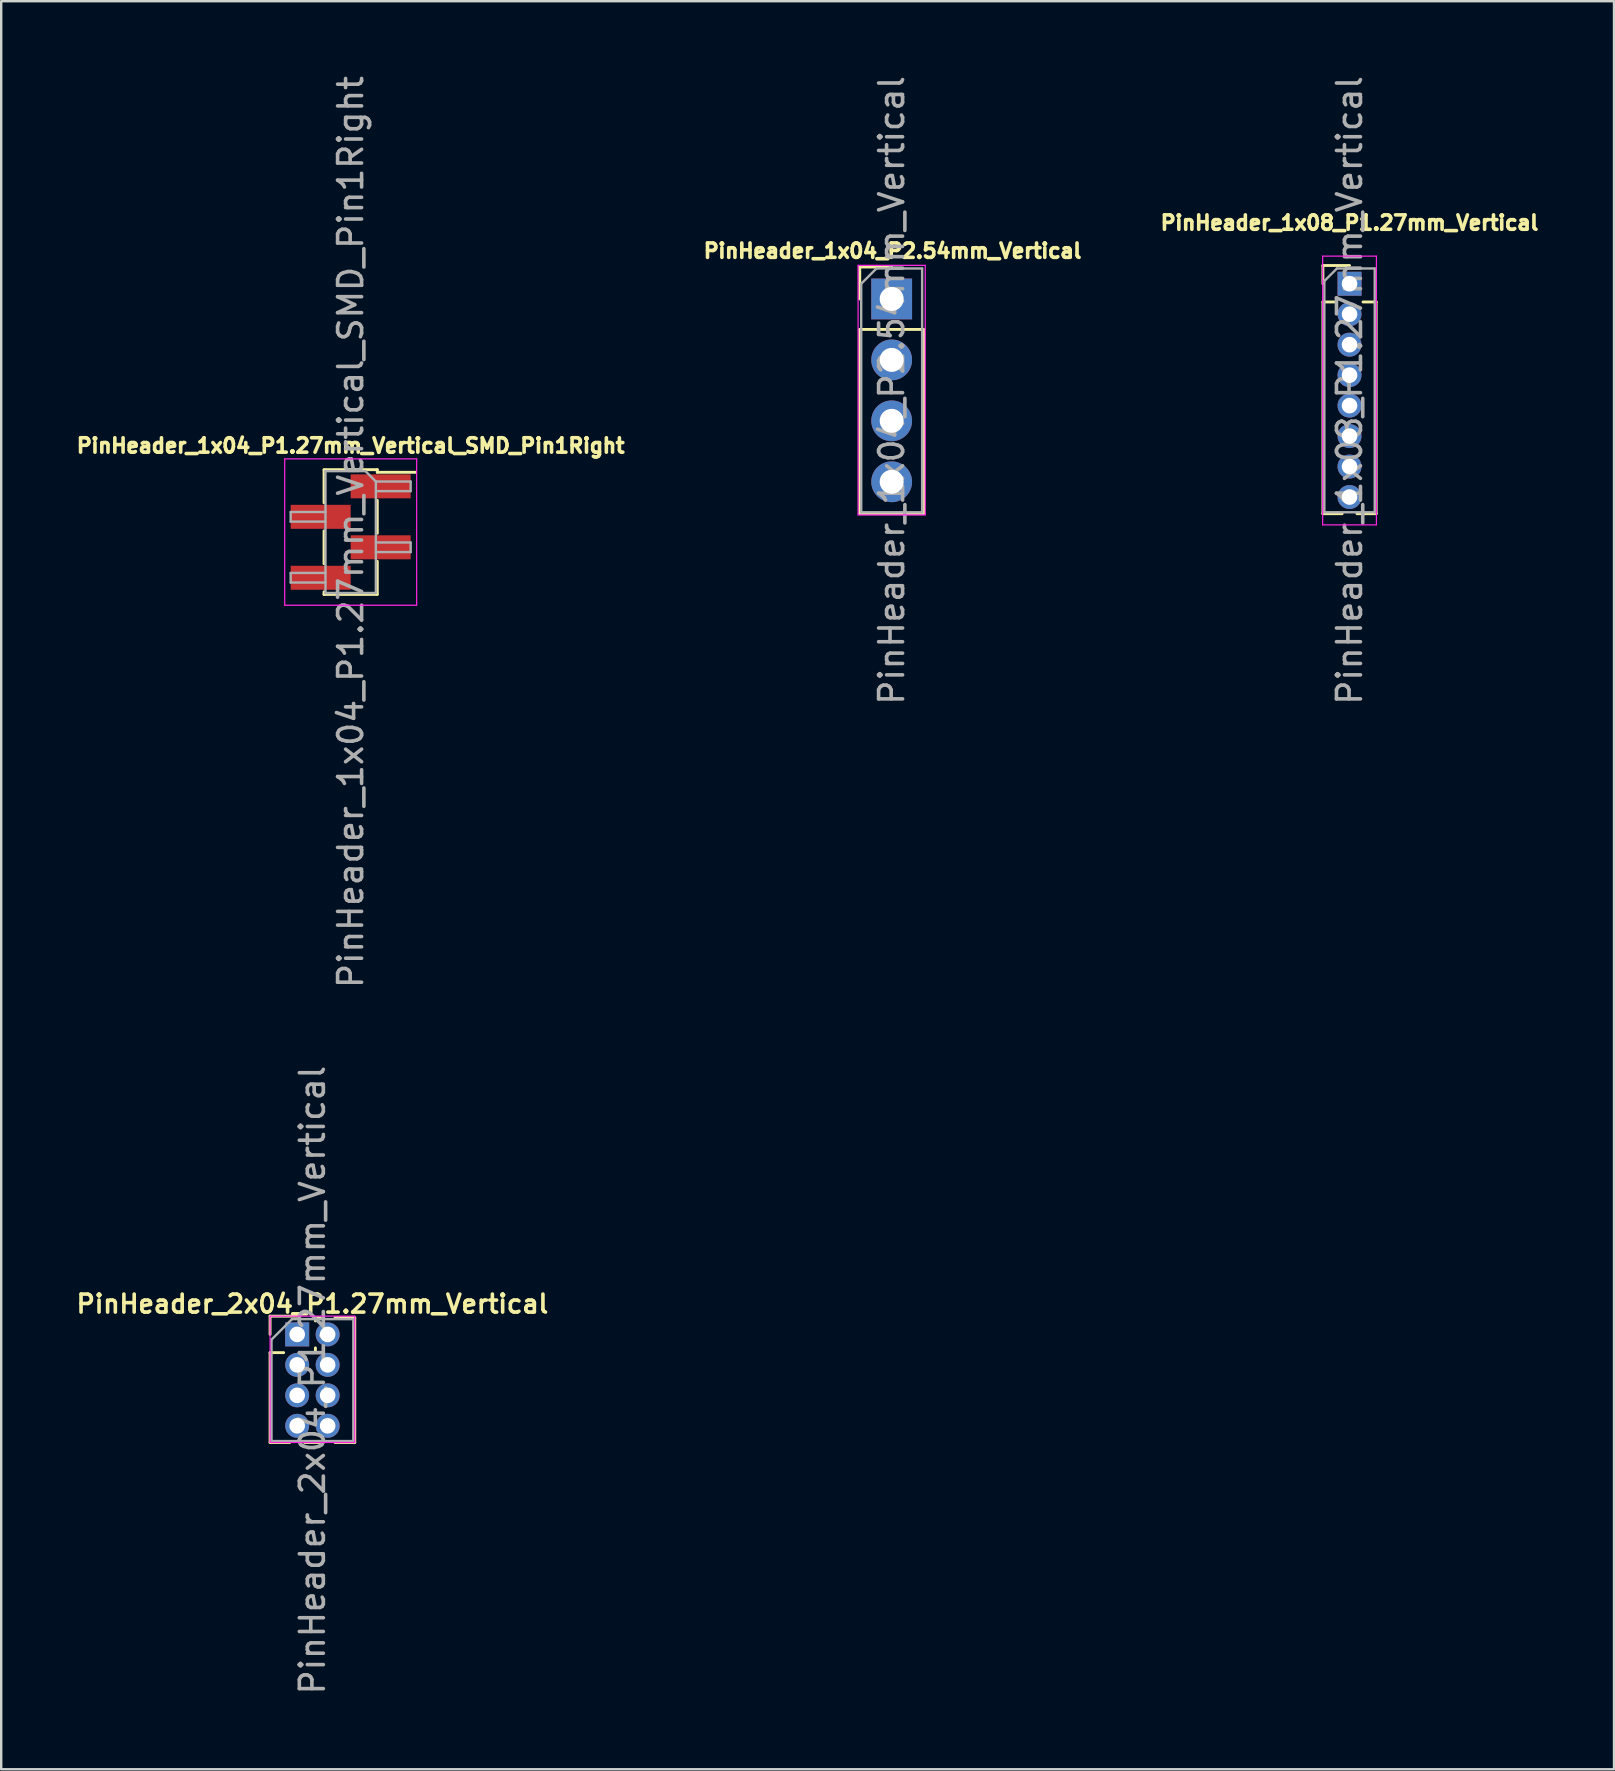
<source format=kicad_pcb>
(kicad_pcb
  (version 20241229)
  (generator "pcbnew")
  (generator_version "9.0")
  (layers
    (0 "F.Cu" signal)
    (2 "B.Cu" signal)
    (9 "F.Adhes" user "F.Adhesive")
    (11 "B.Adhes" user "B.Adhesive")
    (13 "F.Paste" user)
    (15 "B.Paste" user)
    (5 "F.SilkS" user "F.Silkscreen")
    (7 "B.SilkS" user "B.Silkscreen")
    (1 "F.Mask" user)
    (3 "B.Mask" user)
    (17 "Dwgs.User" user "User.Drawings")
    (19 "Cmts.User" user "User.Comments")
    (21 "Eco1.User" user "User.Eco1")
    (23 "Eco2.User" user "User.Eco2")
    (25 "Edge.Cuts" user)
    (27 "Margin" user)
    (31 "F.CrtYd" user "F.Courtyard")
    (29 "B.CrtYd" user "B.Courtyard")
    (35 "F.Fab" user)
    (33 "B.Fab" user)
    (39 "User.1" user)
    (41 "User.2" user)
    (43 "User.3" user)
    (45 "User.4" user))
  (footprint "PinHeader_1x04_P1.27mm_Vertical_SMD_Pin1Right"
    (layer "F.Cu")
    (at 11.565 19.125)
    (property "Reference" "PinHeader_1x04_P1.27mm_Vertical_SMD_Pin1Right" (at 0 -3.6 0) (layer "F.SilkS") (effects (font (size 0.6 0.6) (thickness 0.15))))
    (attr smd)
    (fp_line (start -1.11 -2.6) (end 1.11 -2.6) (stroke (width 0.12) (type solid)) (layer "F.SilkS"))
    (fp_line (start -1.11 -2.59) (end -1.11 -1.22) (stroke (width 0.12) (type solid)) (layer "F.SilkS"))
    (fp_line (start -1.11 -0.05) (end -1.11 1.32) (stroke (width 0.12) (type solid)) (layer "F.SilkS"))
    (fp_line (start -1.11 2.49) (end -1.11 2.6) (stroke (width 0.12) (type solid)) (layer "F.SilkS"))
    (fp_line (start -1.11 2.6) (end 1.11 2.6) (stroke (width 0.12) (type solid)) (layer "F.SilkS"))
    (fp_line (start 1.11 -2.6) (end 1.11 -2.49) (stroke (width 0.12) (type solid)) (layer "F.SilkS"))
    (fp_line (start 1.11 -2.49) (end 2.7 -2.49) (stroke (width 0.12) (type solid)) (layer "F.SilkS"))
    (fp_line (start 1.11 -1.32) (end 1.11 0.05) (stroke (width 0.12) (type solid)) (layer "F.SilkS"))
    (fp_line (start 1.11 1.22) (end 1.11 2.59) (stroke (width 0.12) (type solid)) (layer "F.SilkS"))
    (fp_line (start -2.75 -3.05) (end -2.75 3.05) (stroke (width 0.05) (type solid)) (layer "F.CrtYd"))
    (fp_line (start -2.75 3.05) (end 2.75 3.05) (stroke (width 0.05) (type solid)) (layer "F.CrtYd"))
    (fp_line (start 2.75 -3.05) (end -2.75 -3.05) (stroke (width 0.05) (type solid)) (layer "F.CrtYd"))
    (fp_line (start 2.75 3.05) (end 2.75 -3.05) (stroke (width 0.05) (type solid)) (layer "F.CrtYd"))
    (fp_line (start -2.5 -0.835) (end -2.5 -0.435) (stroke (width 0.1) (type solid)) (layer "F.Fab"))
    (fp_line (start -2.5 -0.435) (end -1.05 -0.435) (stroke (width 0.1) (type solid)) (layer "F.Fab"))
    (fp_line (start -2.5 1.705) (end -2.5 2.105) (stroke (width 0.1) (type solid)) (layer "F.Fab"))
    (fp_line (start -2.5 2.105) (end -1.05 2.105) (stroke (width 0.1) (type solid)) (layer "F.Fab"))
    (fp_line (start -1.05 -2.54) (end -1.05 2.54) (stroke (width 0.1) (type solid)) (layer "F.Fab"))
    (fp_line (start -1.05 -2.54) (end 0.615 -2.54) (stroke (width 0.1) (type solid)) (layer "F.Fab"))
    (fp_line (start -1.05 -0.835) (end -2.5 -0.835) (stroke (width 0.1) (type solid)) (layer "F.Fab"))
    (fp_line (start -1.05 1.705) (end -2.5 1.705) (stroke (width 0.1) (type solid)) (layer "F.Fab"))
    (fp_line (start 1.05 -2.105) (end 0.615 -2.54) (stroke (width 0.1) (type solid)) (layer "F.Fab"))
    (fp_line (start 1.05 -2.105) (end 2.5 -2.105) (stroke (width 0.1) (type solid)) (layer "F.Fab"))
    (fp_line (start 1.05 0.435) (end 2.5 0.435) (stroke (width 0.1) (type solid)) (layer "F.Fab"))
    (fp_line (start 1.05 2.54) (end -1.05 2.54) (stroke (width 0.1) (type solid)) (layer "F.Fab"))
    (fp_line (start 1.05 2.54) (end 1.05 -2.105) (stroke (width 0.1) (type solid)) (layer "F.Fab"))
    (fp_line (start 2.5 -2.105) (end 2.5 -1.705) (stroke (width 0.1) (type solid)) (layer "F.Fab"))
    (fp_line (start 2.5 -1.705) (end 1.05 -1.705) (stroke (width 0.1) (type solid)) (layer "F.Fab"))
    (fp_line (start 2.5 0.435) (end 2.5 0.835) (stroke (width 0.1) (type solid)) (layer "F.Fab"))
    (fp_line (start 2.5 0.835) (end 1.05 0.835) (stroke (width 0.1) (type solid)) (layer "F.Fab"))
    (fp_text user "${REFERENCE}" (at 0 0 90) (layer "F.Fab") (effects (font (size 1 1) (thickness 0.15))))
    (pad "1" smd rect (at 1.25 -1.905) (size 2.5 1) (layers "F.Cu" "F.Mask" "F.Paste"))
    (pad "2" smd rect (at -1.25 -0.635) (size 2.5 1) (layers "F.Cu" "F.Mask" "F.Paste"))
    (pad "3" smd rect (at 1.25 0.635) (size 2.5 1) (layers "F.Cu" "F.Mask" "F.Paste"))
    (pad "4" smd rect (at -1.25 1.905) (size 2.5 1) (layers "F.Cu" "F.Mask" "F.Paste")))
  (footprint "PinHeader_1x04_P2.54mm_Vertical"
    (layer "F.Cu")
    (at 34.113 9.41)
    (property "Reference" "PinHeader_1x04_P2.54mm_Vertical" (at 0.039 -2.004 0) (layer "F.SilkS") (effects (font (size 0.6 0.6) (thickness 0.15))))
    (attr through_hole)
    (fp_line (start -1.33 -1.33) (end 0 -1.33) (stroke (width 0.12) (type solid)) (layer "F.SilkS"))
    (fp_line (start -1.33 0) (end -1.33 -1.33) (stroke (width 0.12) (type solid)) (layer "F.SilkS"))
    (fp_line (start -1.33 1.27) (end -1.33 8.95) (stroke (width 0.12) (type solid)) (layer "F.SilkS"))
    (fp_line (start -1.33 1.27) (end 1.33 1.27) (stroke (width 0.12) (type solid)) (layer "F.SilkS"))
    (fp_line (start -1.33 8.95) (end 1.33 8.95) (stroke (width 0.12) (type solid)) (layer "F.SilkS"))
    (fp_line (start 1.33 1.27) (end 1.33 8.95) (stroke (width 0.12) (type solid)) (layer "F.SilkS"))
    (fp_line (start -1.4 -1.4) (end -1.4 9) (stroke (width 0.05) (type solid)) (layer "F.CrtYd"))
    (fp_line (start -1.4 9) (end 1.4 9) (stroke (width 0.05) (type solid)) (layer "F.CrtYd"))
    (fp_line (start 1.4 -1.4) (end -1.4 -1.4) (stroke (width 0.05) (type solid)) (layer "F.CrtYd"))
    (fp_line (start 1.4 9) (end 1.4 -1.4) (stroke (width 0.05) (type solid)) (layer "F.CrtYd"))
    (fp_line (start -1.27 -0.635) (end -0.635 -1.27) (stroke (width 0.1) (type solid)) (layer "F.Fab"))
    (fp_line (start -1.27 8.89) (end -1.27 -0.635) (stroke (width 0.1) (type solid)) (layer "F.Fab"))
    (fp_line (start -0.635 -1.27) (end 1.27 -1.27) (stroke (width 0.1) (type solid)) (layer "F.Fab"))
    (fp_line (start 1.27 -1.27) (end 1.27 8.89) (stroke (width 0.1) (type solid)) (layer "F.Fab"))
    (fp_line (start 1.27 8.89) (end -1.27 8.89) (stroke (width 0.1) (type solid)) (layer "F.Fab"))
    (fp_text user "${REFERENCE}" (at 0 3.81 90) (layer "F.Fab") (effects (font (size 1 1) (thickness 0.15))))
    (pad "1" thru_hole rect (at 0 0) (size 1.7 1.7) (drill 1) (layers "*.Cu" "*.Mask"))
    (pad "2" thru_hole oval (at 0 2.54) (size 1.7 1.7) (drill 1) (layers "*.Cu" "*.Mask"))
    (pad "3" thru_hole oval (at 0 5.08) (size 1.7 1.7) (drill 1) (layers "*.Cu" "*.Mask"))
    (pad "4" thru_hole oval (at 0 7.62) (size 1.7 1.7) (drill 1) (layers "*.Cu" "*.Mask")))
  (footprint "PinHeader_1x08_P1.27mm_Vertical"
    (layer "F.Cu")
    (at 53.196 8.775)
    (property "Reference" "PinHeader_1x08_P1.27mm_Vertical" (at 0 -2.54 0) (layer "F.SilkS") (effects (font (size 0.6 0.6) (thickness 0.15))))
    (attr through_hole)
    (fp_line (start -1.11 -0.76) (end 0 -0.76) (stroke (width 0.12) (type solid)) (layer "F.SilkS"))
    (fp_line (start -1.11 0) (end -1.11 -0.76) (stroke (width 0.12) (type solid)) (layer "F.SilkS"))
    (fp_line (start -1.11 0.76) (end -1.11 9.585) (stroke (width 0.12) (type solid)) (layer "F.SilkS"))
    (fp_line (start -1.11 0.76) (end -0.563 0.76) (stroke (width 0.12) (type solid)) (layer "F.SilkS"))
    (fp_line (start -1.11 9.585) (end -0.308 9.585) (stroke (width 0.12) (type solid)) (layer "F.SilkS"))
    (fp_line (start 0.308 9.585) (end 1.11 9.585) (stroke (width 0.12) (type solid)) (layer "F.SilkS"))
    (fp_line (start 0.563 0.76) (end 1.11 0.76) (stroke (width 0.12) (type solid)) (layer "F.SilkS"))
    (fp_line (start 1.11 0.76) (end 1.11 9.585) (stroke (width 0.12) (type solid)) (layer "F.SilkS"))
    (fp_line (start -1.12 -1.15) (end -1.12 10.05) (stroke (width 0.05) (type solid)) (layer "F.CrtYd"))
    (fp_line (start -1.12 10.05) (end 1.12 10.05) (stroke (width 0.05) (type solid)) (layer "F.CrtYd"))
    (fp_line (start 1.12 -1.15) (end -1.12 -1.15) (stroke (width 0.05) (type solid)) (layer "F.CrtYd"))
    (fp_line (start 1.12 10.05) (end 1.12 -1.15) (stroke (width 0.05) (type solid)) (layer "F.CrtYd"))
    (fp_line (start -1.05 -0.11) (end -0.525 -0.635) (stroke (width 0.1) (type solid)) (layer "F.Fab"))
    (fp_line (start -1.05 9.525) (end -1.05 -0.11) (stroke (width 0.1) (type solid)) (layer "F.Fab"))
    (fp_line (start -0.525 -0.635) (end 1.05 -0.635) (stroke (width 0.1) (type solid)) (layer "F.Fab"))
    (fp_line (start 1.05 -0.635) (end 1.05 9.525) (stroke (width 0.1) (type solid)) (layer "F.Fab"))
    (fp_line (start 1.05 9.525) (end -1.05 9.525) (stroke (width 0.1) (type solid)) (layer "F.Fab"))
    (fp_text user "${REFERENCE}" (at 0 4.445 90) (layer "F.Fab") (effects (font (size 1 1) (thickness 0.15))))
    (pad "1" thru_hole rect (at 0 0) (size 1 1) (drill 0.65) (layers "*.Cu" "*.Mask"))
    (pad "2" thru_hole oval (at 0 1.27) (size 1 1) (drill 0.65) (layers "*.Cu" "*.Mask"))
    (pad "3" thru_hole oval (at 0 2.54) (size 1 1) (drill 0.65) (layers "*.Cu" "*.Mask"))
    (pad "4" thru_hole oval (at 0 3.81) (size 1 1) (drill 0.65) (layers "*.Cu" "*.Mask"))
    (pad "5" thru_hole oval (at 0 5.08) (size 1 1) (drill 0.65) (layers "*.Cu" "*.Mask"))
    (pad "6" thru_hole oval (at 0 6.35) (size 1 1) (drill 0.65) (layers "*.Cu" "*.Mask"))
    (pad "7" thru_hole oval (at 0 7.62) (size 1 1) (drill 0.65) (layers "*.Cu" "*.Mask"))
    (pad "8" thru_hole oval (at 0 8.89) (size 1 1) (drill 0.65) (layers "*.Cu" "*.Mask")))
  (footprint "PinHeader_2x04_P1.27mm_Vertical"
    (layer "F.Cu")
    (at 9.336 52.565)
    (property "Reference" "PinHeader_2x04_P1.27mm_Vertical" (at 0.635 -1.27 0) (layer "F.SilkS") (effects (font (size 0.75 0.75) (thickness 0.15))))
    (attr through_hole)
    (fp_line (start -1.13 -0.76) (end 0 -0.76) (stroke (width 0.12) (type solid)) (layer "F.SilkS"))
    (fp_line (start -1.13 0) (end -1.13 -0.76) (stroke (width 0.12) (type solid)) (layer "F.SilkS"))
    (fp_line (start -1.13 0.76) (end -1.13 4.505) (stroke (width 0.12) (type solid)) (layer "F.SilkS"))
    (fp_line (start -1.13 0.76) (end -0.563 0.76) (stroke (width 0.12) (type solid)) (layer "F.SilkS"))
    (fp_line (start -1.13 4.505) (end -0.308 4.505) (stroke (width 0.12) (type solid)) (layer "F.SilkS"))
    (fp_line (start 0.308 4.505) (end 0.962 4.505) (stroke (width 0.12) (type solid)) (layer "F.SilkS"))
    (fp_line (start 0.563 0.76) (end 0.707 0.76) (stroke (width 0.12) (type solid)) (layer "F.SilkS"))
    (fp_line (start 0.76 -0.695) (end 0.962 -0.695) (stroke (width 0.12) (type solid)) (layer "F.SilkS"))
    (fp_line (start 0.76 -0.563) (end 0.76 -0.695) (stroke (width 0.12) (type solid)) (layer "F.SilkS"))
    (fp_line (start 0.76 0.707) (end 0.76 0.563) (stroke (width 0.12) (type solid)) (layer "F.SilkS"))
    (fp_line (start 1.578 -0.695) (end 2.4 -0.695) (stroke (width 0.12) (type solid)) (layer "F.SilkS"))
    (fp_line (start 1.578 4.505) (end 2.4 4.505) (stroke (width 0.12) (type solid)) (layer "F.SilkS"))
    (fp_line (start 2.4 -0.695) (end 2.4 4.505) (stroke (width 0.12) (type solid)) (layer "F.SilkS"))
    (fp_line (start -1.13 -0.76) (end -1.13 4.505) (stroke (width 0.05) (type solid)) (layer "F.CrtYd"))
    (fp_line (start -1.13 4.505) (end 2.4 4.505) (stroke (width 0.05) (type solid)) (layer "F.CrtYd"))
    (fp_line (start 2.4 -0.76) (end -1.13 -0.76) (stroke (width 0.05) (type solid)) (layer "F.CrtYd"))
    (fp_line (start 2.4 4.505) (end 2.4 -0.76) (stroke (width 0.05) (type solid)) (layer "F.CrtYd"))
    (fp_line (start -1.07 0.217) (end -0.217 -0.635) (stroke (width 0.1) (type solid)) (layer "F.Fab"))
    (fp_line (start -1.07 4.445) (end -1.07 0.217) (stroke (width 0.1) (type solid)) (layer "F.Fab"))
    (fp_line (start -0.217 -0.635) (end 2.34 -0.635) (stroke (width 0.1) (type solid)) (layer "F.Fab"))
    (fp_line (start 2.34 -0.635) (end 2.34 4.445) (stroke (width 0.1) (type solid)) (layer "F.Fab"))
    (fp_line (start 2.34 4.445) (end -1.07 4.445) (stroke (width 0.1) (type solid)) (layer "F.Fab"))
    (fp_text user "${REFERENCE}" (at 0.635 1.905 90) (layer "F.Fab") (effects (font (size 1 1) (thickness 0.15))))
    (pad "1" thru_hole rect (at 0 0) (size 1 1) (drill 0.65) (layers "*.Cu" "*.Mask"))
    (pad "2" thru_hole oval (at 1.27 0) (size 1 1) (drill 0.65) (layers "*.Cu" "*.Mask"))
    (pad "3" thru_hole oval (at 0 1.27) (size 1 1) (drill 0.65) (layers "*.Cu" "*.Mask"))
    (pad "4" thru_hole oval (at 1.27 1.27) (size 1 1) (drill 0.65) (layers "*.Cu" "*.Mask"))
    (pad "5" thru_hole oval (at 0 2.54) (size 1 1) (drill 0.65) (layers "*.Cu" "*.Mask"))
    (pad "6" thru_hole oval (at 1.27 2.54) (size 1 1) (drill 0.65) (layers "*.Cu" "*.Mask"))
    (pad "7" thru_hole oval (at 0 3.81) (size 1 1) (drill 0.65) (layers "*.Cu" "*.Mask"))
    (pad "8" thru_hole oval (at 1.27 3.81) (size 1 1) (drill 0.65) (layers "*.Cu" "*.Mask")))
  (gr_rect
    (start -3 -3)
    (end 64.219 70.69)
    (stroke (width 0.1) (type default))
    (fill no)
    (layer "Edge.Cuts")))
</source>
